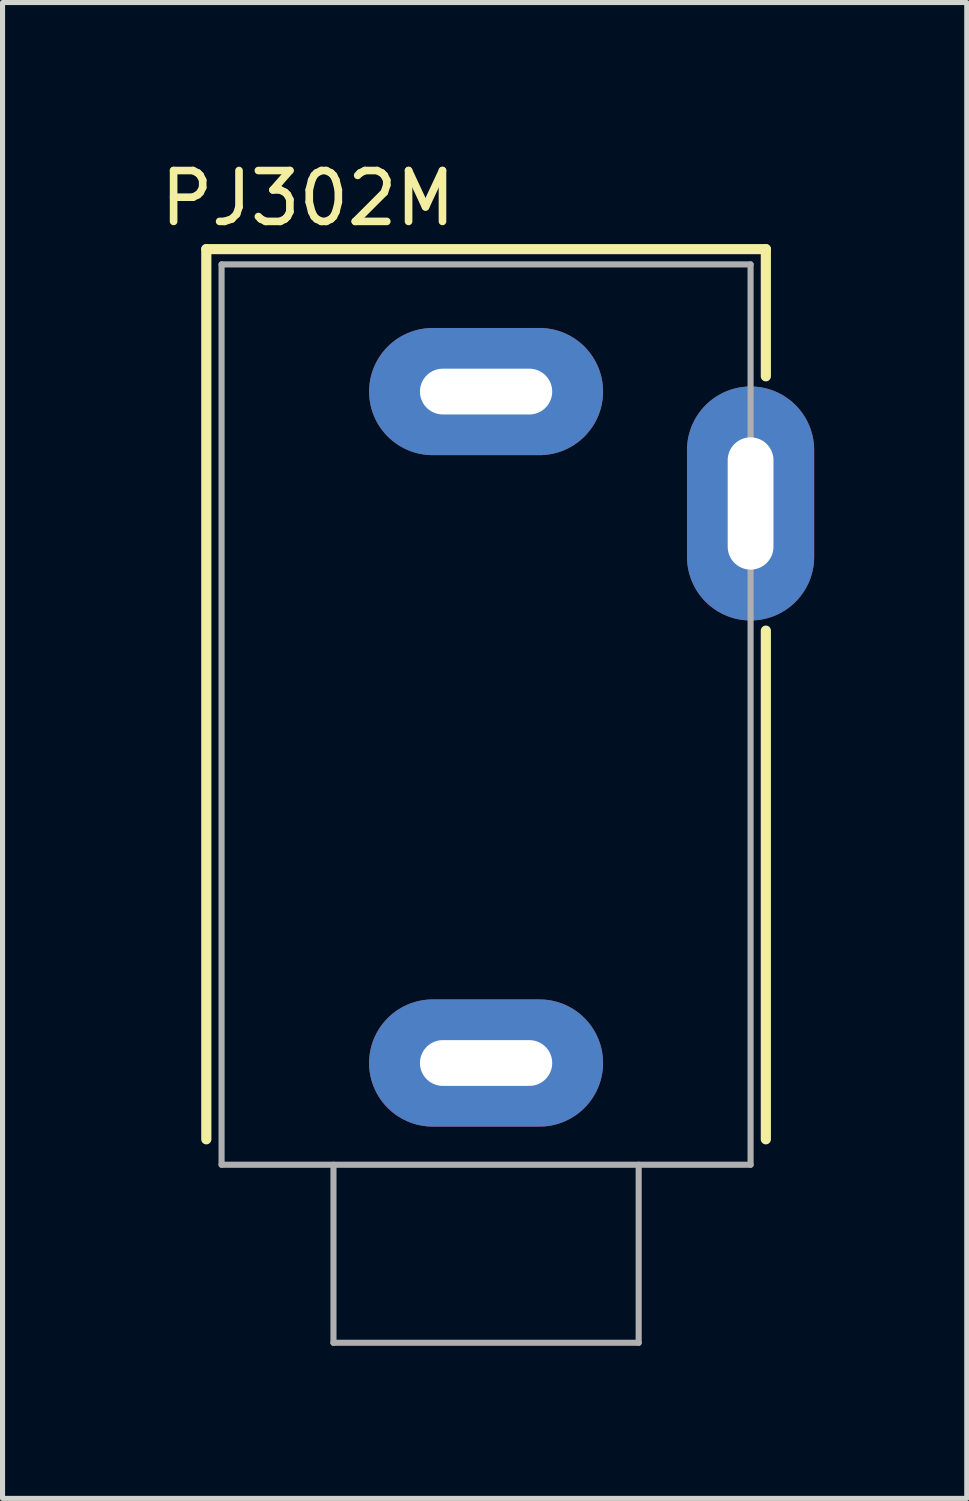
<source format=kicad_pcb>
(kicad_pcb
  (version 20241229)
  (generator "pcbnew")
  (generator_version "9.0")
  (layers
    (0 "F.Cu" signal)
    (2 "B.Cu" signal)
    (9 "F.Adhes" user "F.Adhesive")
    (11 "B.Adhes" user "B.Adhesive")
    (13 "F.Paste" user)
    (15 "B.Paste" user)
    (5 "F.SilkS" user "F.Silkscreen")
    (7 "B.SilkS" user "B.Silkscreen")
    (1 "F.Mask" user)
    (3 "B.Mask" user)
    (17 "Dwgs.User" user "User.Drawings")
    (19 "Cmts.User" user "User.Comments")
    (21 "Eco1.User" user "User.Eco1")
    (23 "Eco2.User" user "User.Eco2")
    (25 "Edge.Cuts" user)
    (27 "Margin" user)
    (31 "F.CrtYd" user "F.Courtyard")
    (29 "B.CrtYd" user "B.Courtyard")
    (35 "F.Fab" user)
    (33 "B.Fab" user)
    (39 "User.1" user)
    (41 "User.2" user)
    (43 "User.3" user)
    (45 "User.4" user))
  (footprint "PJ302M"
    (layer "F.Cu")
    (at 6.506 17.848)
    (property "Reference" "PJ302M" (at -3.5 -17 0) (layer "F.SilkS") (effects (font (size 1 1) (thickness 0.15))))
    (attr through_hole)
    (fp_line (start -5.5 -16) (end -5.5 1.5) (stroke (width 0.2) (type solid)) (layer "F.SilkS"))
    (fp_line (start 5.5 -16) (end -5.5 -16) (stroke (width 0.2) (type solid)) (layer "F.SilkS"))
    (fp_line (start 5.5 -13.5) (end 5.5 -16) (stroke (width 0.2) (type solid)) (layer "F.SilkS"))
    (fp_line (start 5.5 1.5) (end 5.5 -8.5) (stroke (width 0.2) (type solid)) (layer "F.SilkS"))
    (fp_line (start -5.2 -15.7) (end -5.2 2) (stroke (width 0.12) (type solid)) (layer "F.Fab"))
    (fp_line (start -5.2 2) (end 5.2 2) (stroke (width 0.12) (type solid)) (layer "F.Fab"))
    (fp_line (start -3 2) (end -3 5.5) (stroke (width 0.12) (type solid)) (layer "F.Fab"))
    (fp_line (start -3 5.5) (end 3 5.5) (stroke (width 0.12) (type solid)) (layer "F.Fab"))
    (fp_line (start 3 5.5) (end 3 2) (stroke (width 0.12) (type solid)) (layer "F.Fab"))
    (fp_line (start 5.2 -15.7) (end -5.2 -15.7) (stroke (width 0.12) (type solid)) (layer "F.Fab"))
    (fp_line (start 5.2 2) (end 5.2 -15.7) (stroke (width 0.12) (type solid)) (layer "F.Fab"))
    (pad "S" thru_hole oval (at 0 0) (size 4.6 2.5) (drill oval 2.6 0.9) (layers "*.Cu" "*.Mask"))
    (pad "T" thru_hole oval (at 0 -13.2) (size 4.6 2.5) (drill oval 2.6 0.9) (layers "*.Cu" "*.Mask"))
    (pad "TN" thru_hole oval (at 5.2 -11 90) (size 4.6 2.5) (drill oval 2.6 0.9) (layers "*.Cu" "*.Mask")))
  (gr_rect
    (start -3 -3)
    (end 15.956 26.408)
    (stroke (width 0.1) (type default))
    (fill no)
    (layer "Edge.Cuts")))
</source>
